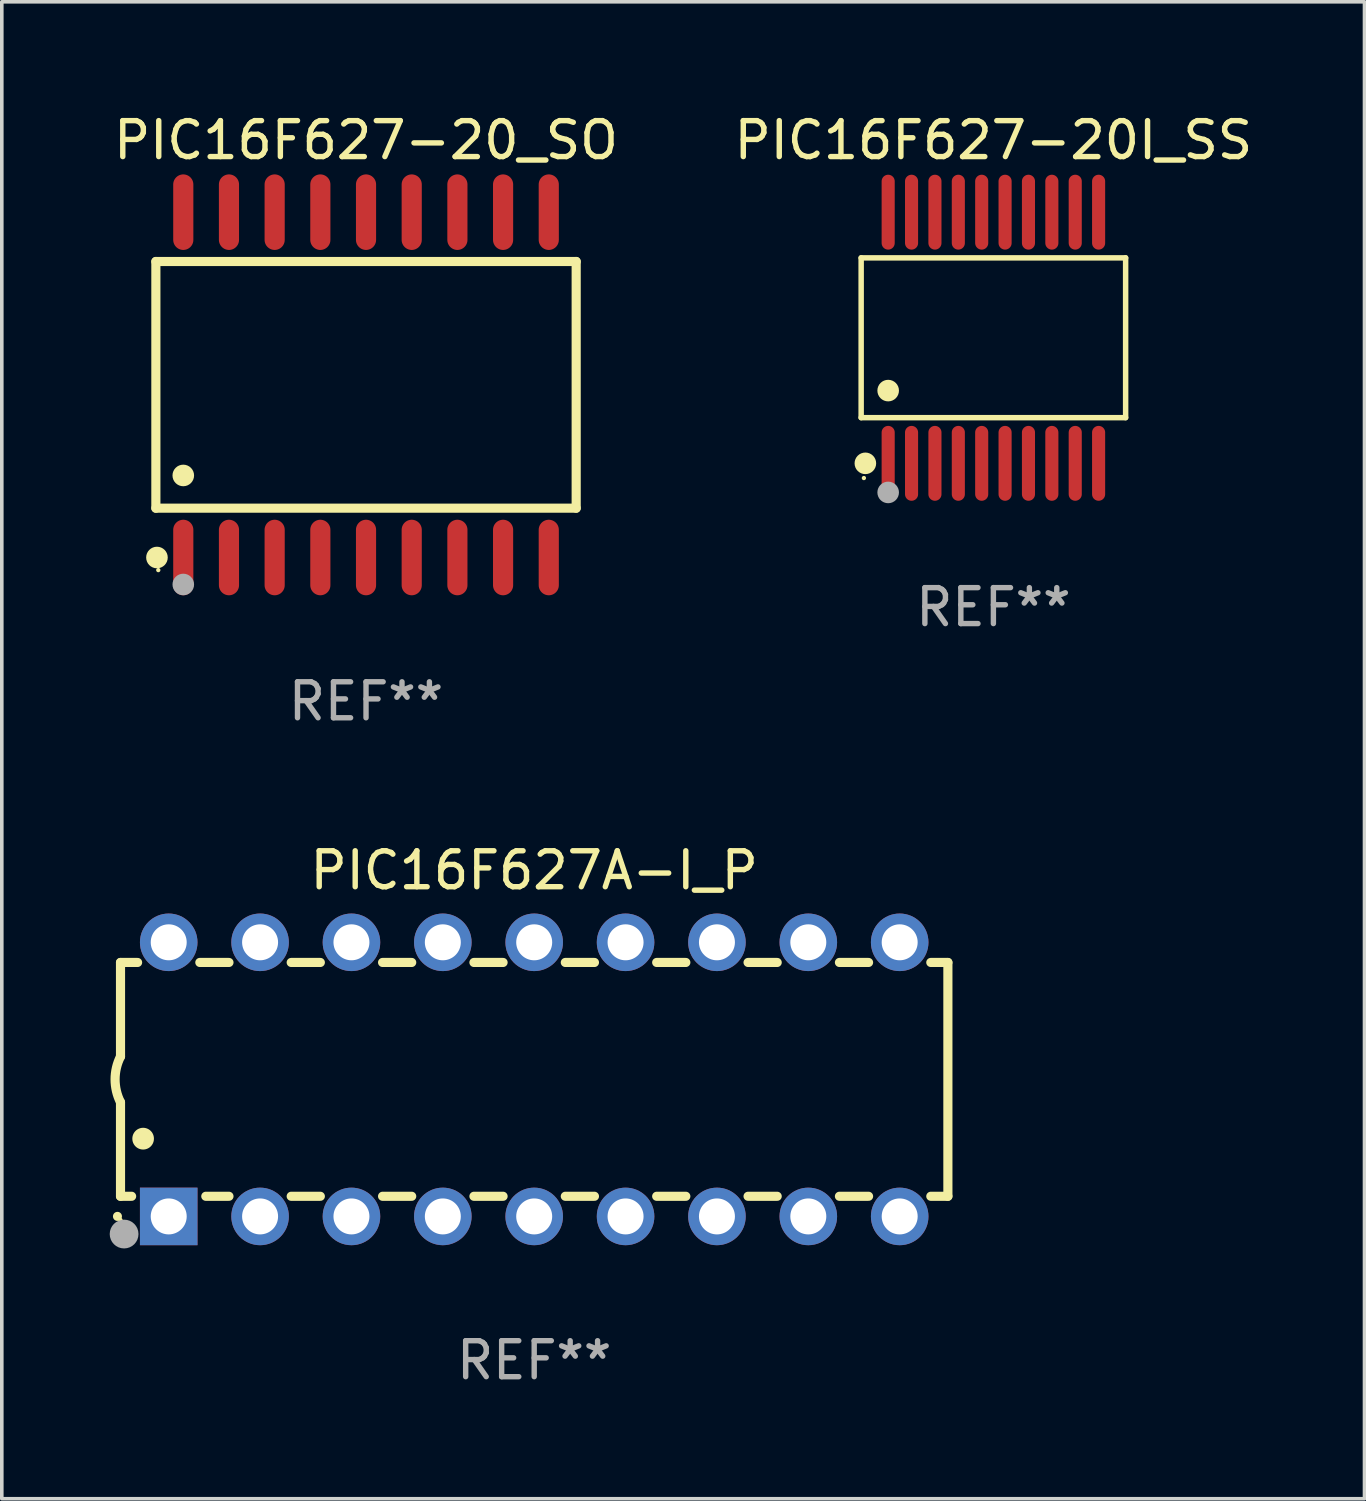
<source format=kicad_pcb>
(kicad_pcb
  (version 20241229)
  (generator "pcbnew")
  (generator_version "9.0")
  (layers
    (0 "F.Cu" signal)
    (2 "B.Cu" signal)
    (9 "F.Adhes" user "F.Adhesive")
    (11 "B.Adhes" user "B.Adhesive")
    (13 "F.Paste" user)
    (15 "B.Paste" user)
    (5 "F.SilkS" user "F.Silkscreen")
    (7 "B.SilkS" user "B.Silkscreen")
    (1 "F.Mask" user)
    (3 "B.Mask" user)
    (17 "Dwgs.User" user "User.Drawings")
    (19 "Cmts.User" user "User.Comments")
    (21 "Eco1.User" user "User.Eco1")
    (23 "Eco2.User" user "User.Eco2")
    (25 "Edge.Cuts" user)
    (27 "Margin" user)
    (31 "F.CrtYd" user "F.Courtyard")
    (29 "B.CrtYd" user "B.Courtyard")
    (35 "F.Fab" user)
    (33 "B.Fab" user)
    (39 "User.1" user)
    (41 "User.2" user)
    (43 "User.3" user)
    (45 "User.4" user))
  (footprint "PIC16F627-20_SO"
    (layer "F.Cu")
    (at 7.125 7.648)
    (property "Reference" "PIC16F627-20_SO" (at 0 -6.8 0) (layer "F.SilkS") (effects (font (size 1 1) (thickness 0.15))))
    (attr through_hole)
    (fp_line (start -5.842 -3.429) (end -5.842 3.429) (stroke (width 0.254) (type solid)) (layer "F.SilkS"))
    (fp_line (start -5.842 3.429) (end 5.842 3.429) (stroke (width 0.254) (type solid)) (layer "F.SilkS"))
    (fp_line (start 5.842 -3.429) (end -5.842 -3.429) (stroke (width 0.254) (type solid)) (layer "F.SilkS"))
    (fp_line (start 5.842 3.429) (end 5.842 -3.429) (stroke (width 0.254) (type solid)) (layer "F.SilkS"))
    (fp_circle (center -5.812 4.8) (end -5.662 4.8) (stroke (width 0.3) (type solid)) (fill no) (layer "F.SilkS"))
    (fp_circle (center -5.775 5.15) (end -5.745 5.15) (stroke (width 0.06) (type solid)) (fill no) (layer "F.SilkS"))
    (fp_circle (center -5.08 2.519) (end -4.93 2.519) (stroke (width 0.3) (type solid)) (fill no) (layer "F.SilkS"))
    (fp_circle (center -5.08 5.55) (end -4.93 5.55) (stroke (width 0.3) (type solid)) (fill no) (layer "F.Fab"))
    (fp_text user "REF**" (at 0 8.8 0) (layer "F.Fab") (effects (font (size 1 1) (thickness 0.15))))
    (pad "1" smd oval (at -5.08 4.8) (size 0.56 2.1) (layers "F.Cu" "F.Mask" "F.Paste"))
    (pad "2" smd oval (at -3.81 4.8) (size 0.56 2.1) (layers "F.Cu" "F.Mask" "F.Paste"))
    (pad "3" smd oval (at -2.54 4.8) (size 0.56 2.1) (layers "F.Cu" "F.Mask" "F.Paste"))
    (pad "4" smd oval (at -1.27 4.8) (size 0.56 2.1) (layers "F.Cu" "F.Mask" "F.Paste"))
    (pad "5" smd oval (at 0 4.8) (size 0.56 2.1) (layers "F.Cu" "F.Mask" "F.Paste"))
    (pad "6" smd oval (at 1.27 4.8) (size 0.56 2.1) (layers "F.Cu" "F.Mask" "F.Paste"))
    (pad "7" smd oval (at 2.54 4.8) (size 0.56 2.1) (layers "F.Cu" "F.Mask" "F.Paste"))
    (pad "8" smd oval (at 3.81 4.8) (size 0.56 2.1) (layers "F.Cu" "F.Mask" "F.Paste"))
    (pad "9" smd oval (at 5.08 4.8) (size 0.56 2.1) (layers "F.Cu" "F.Mask" "F.Paste"))
    (pad "10" smd oval (at 5.08 -4.8) (size 0.56 2.1) (layers "F.Cu" "F.Mask" "F.Paste"))
    (pad "11" smd oval (at 3.81 -4.8) (size 0.56 2.1) (layers "F.Cu" "F.Mask" "F.Paste"))
    (pad "12" smd oval (at 2.54 -4.8) (size 0.56 2.1) (layers "F.Cu" "F.Mask" "F.Paste"))
    (pad "13" smd oval (at 1.27 -4.8) (size 0.56 2.1) (layers "F.Cu" "F.Mask" "F.Paste"))
    (pad "14" smd oval (at 0 -4.8) (size 0.56 2.1) (layers "F.Cu" "F.Mask" "F.Paste"))
    (pad "15" smd oval (at -1.27 -4.8) (size 0.56 2.1) (layers "F.Cu" "F.Mask" "F.Paste"))
    (pad "16" smd oval (at -2.54 -4.8) (size 0.56 2.1) (layers "F.Cu" "F.Mask" "F.Paste"))
    (pad "17" smd oval (at -3.81 -4.8) (size 0.56 2.1) (layers "F.Cu" "F.Mask" "F.Paste"))
    (pad "18" smd oval (at -5.08 -4.8) (size 0.56 2.1) (layers "F.Cu" "F.Mask" "F.Paste")))
  (footprint "PIC16F627A-I_P"
    (layer "F.Cu")
    (at 11.8 26.955)
    (property "Reference" "PIC16F627A-I_P" (at 0 -5.81 0) (layer "F.SilkS") (effects (font (size 1 1) (thickness 0.15))))
    (attr through_hole)
    (fp_line (start -11.5 -3.25) (end -11.5 -0.635) (stroke (width 0.254) (type solid)) (layer "F.SilkS"))
    (fp_line (start -11.5 3.25) (end -11.5 0.635) (stroke (width 0.254) (type solid)) (layer "F.SilkS"))
    (fp_line (start -11.5 3.25) (end -11.191 3.25) (stroke (width 0.254) (type solid)) (layer "F.SilkS"))
    (fp_line (start -11.025 -3.25) (end -11.5 -3.25) (stroke (width 0.254) (type solid)) (layer "F.SilkS"))
    (fp_line (start -9.129 3.25) (end -8.485 3.25) (stroke (width 0.254) (type solid)) (layer "F.SilkS"))
    (fp_line (start -8.485 -3.25) (end -9.295 -3.25) (stroke (width 0.254) (type solid)) (layer "F.SilkS"))
    (fp_line (start -6.755 3.25) (end -5.945 3.25) (stroke (width 0.254) (type solid)) (layer "F.SilkS"))
    (fp_line (start -5.945 -3.25) (end -6.755 -3.25) (stroke (width 0.254) (type solid)) (layer "F.SilkS"))
    (fp_line (start -4.215 3.25) (end -3.405 3.25) (stroke (width 0.254) (type solid)) (layer "F.SilkS"))
    (fp_line (start -3.405 -3.25) (end -4.215 -3.25) (stroke (width 0.254) (type solid)) (layer "F.SilkS"))
    (fp_line (start -1.675 3.25) (end -0.865 3.25) (stroke (width 0.254) (type solid)) (layer "F.SilkS"))
    (fp_line (start -0.865 -3.25) (end -1.675 -3.25) (stroke (width 0.254) (type solid)) (layer "F.SilkS"))
    (fp_line (start 0.865 3.25) (end 1.675 3.25) (stroke (width 0.254) (type solid)) (layer "F.SilkS"))
    (fp_line (start 1.675 -3.25) (end 0.865 -3.25) (stroke (width 0.254) (type solid)) (layer "F.SilkS"))
    (fp_line (start 3.405 3.25) (end 4.215 3.25) (stroke (width 0.254) (type solid)) (layer "F.SilkS"))
    (fp_line (start 4.215 -3.25) (end 3.405 -3.25) (stroke (width 0.254) (type solid)) (layer "F.SilkS"))
    (fp_line (start 5.945 3.25) (end 6.755 3.25) (stroke (width 0.254) (type solid)) (layer "F.SilkS"))
    (fp_line (start 6.755 -3.25) (end 5.945 -3.25) (stroke (width 0.254) (type solid)) (layer "F.SilkS"))
    (fp_line (start 8.485 3.25) (end 9.295 3.25) (stroke (width 0.254) (type solid)) (layer "F.SilkS"))
    (fp_line (start 9.295 -3.25) (end 8.485 -3.25) (stroke (width 0.254) (type solid)) (layer "F.SilkS"))
    (fp_line (start 11.025 3.25) (end 11.5 3.25) (stroke (width 0.254) (type solid)) (layer "F.SilkS"))
    (fp_line (start 11.5 -3.25) (end 11.025 -3.25) (stroke (width 0.254) (type solid)) (layer "F.SilkS"))
    (fp_line (start 11.5 -3.25) (end 11.5 3.25) (stroke (width 0.254) (type solid)) (layer "F.SilkS"))
    (fp_arc (start -11.584963 3.810008) (mid -11.58497 3.808738) (end -11.584963 3.807468) (stroke (width 0.25) (type solid)) (layer "F.SilkS"))
    (fp_arc (start -11.501143 0.635001) (mid -11.650665 -0.000132) (end -11.500025 -0.635001) (stroke (width 0.254001) (type solid)) (layer "F.SilkS"))
    (fp_arc (start -10.871222 1.651003) (mid -10.871233 1.648463) (end -10.871222 1.645923) (stroke (width 0.6) (type solid)) (layer "F.SilkS"))
    (fp_circle (center -11.5 3.91) (end -11.47 3.91) (stroke (width 0.06) (type solid)) (fill no) (layer "F.SilkS"))
    (fp_circle (center -11.4 4.3) (end -11.2 4.3) (stroke (width 0.4) (type solid)) (fill no) (layer "F.Fab"))
    (fp_text user "REF**" (at 0 7.81 0) (layer "F.Fab") (effects (font (size 1 1) (thickness 0.15))))
    (pad "1" thru_hole rect (at -10.16 3.81 90) (size 1.6 1.6) (drill 1) (layers "*.Cu" "*.Mask"))
    (pad "2" thru_hole circle (at -7.62 3.81 90) (size 1.6 1.6) (drill 1) (layers "*.Cu" "*.Mask"))
    (pad "3" thru_hole circle (at -5.08 3.81 90) (size 1.6 1.6) (drill 1) (layers "*.Cu" "*.Mask"))
    (pad "4" thru_hole circle (at -2.54 3.81 90) (size 1.6 1.6) (drill 1) (layers "*.Cu" "*.Mask"))
    (pad "5" thru_hole circle (at 0 3.81 90) (size 1.6 1.6) (drill 1) (layers "*.Cu" "*.Mask"))
    (pad "6" thru_hole circle (at 2.54 3.81 90) (size 1.6 1.6) (drill 1) (layers "*.Cu" "*.Mask"))
    (pad "7" thru_hole circle (at 5.08 3.81 90) (size 1.6 1.6) (drill 1) (layers "*.Cu" "*.Mask"))
    (pad "8" thru_hole circle (at 7.62 3.81 90) (size 1.6 1.6) (drill 1) (layers "*.Cu" "*.Mask"))
    (pad "9" thru_hole circle (at 10.16 3.81 90) (size 1.6 1.6) (drill 1) (layers "*.Cu" "*.Mask"))
    (pad "10" thru_hole circle (at 10.16 -3.81 90) (size 1.6 1.6) (drill 1) (layers "*.Cu" "*.Mask"))
    (pad "11" thru_hole circle (at 7.62 -3.81 90) (size 1.6 1.6) (drill 1) (layers "*.Cu" "*.Mask"))
    (pad "12" thru_hole circle (at 5.08 -3.81 90) (size 1.6 1.6) (drill 1) (layers "*.Cu" "*.Mask"))
    (pad "13" thru_hole circle (at 2.54 -3.81 90) (size 1.6 1.6) (drill 1) (layers "*.Cu" "*.Mask"))
    (pad "14" thru_hole circle (at 0 -3.81 90) (size 1.6 1.6) (drill 1) (layers "*.Cu" "*.Mask"))
    (pad "15" thru_hole circle (at -2.54 -3.81 90) (size 1.6 1.6) (drill 1) (layers "*.Cu" "*.Mask"))
    (pad "16" thru_hole circle (at -5.08 -3.81 90) (size 1.6 1.6) (drill 1) (layers "*.Cu" "*.Mask"))
    (pad "17" thru_hole circle (at -7.62 -3.81 90) (size 1.6 1.6) (drill 1) (layers "*.Cu" "*.Mask"))
    (pad "18" thru_hole circle (at -10.16 -3.81 90) (size 1.6 1.6) (drill 1) (layers "*.Cu" "*.Mask")))
  (footprint "PIC16F627-20I_SS"
    (layer "F.Cu")
    (at 24.565 6.339)
    (property "Reference" "PIC16F627-20I_SS" (at 0 -5.491 0) (layer "F.SilkS") (effects (font (size 1 1) (thickness 0.15))))
    (attr through_hole)
    (fp_line (start -3.676 -2.221) (end 3.676 -2.221) (stroke (width 0.152) (type solid)) (layer "F.SilkS"))
    (fp_line (start -3.676 2.221) (end -3.676 -2.221) (stroke (width 0.152) (type solid)) (layer "F.SilkS"))
    (fp_line (start 3.676 -2.221) (end 3.676 2.221) (stroke (width 0.152) (type solid)) (layer "F.SilkS"))
    (fp_line (start 3.676 2.221) (end -3.676 2.221) (stroke (width 0.152) (type solid)) (layer "F.SilkS"))
    (fp_circle (center -3.6 3.9) (end -3.57 3.9) (stroke (width 0.06) (type solid)) (fill no) (layer "F.SilkS"))
    (fp_circle (center -3.559 3.491) (end -3.409 3.491) (stroke (width 0.3) (type solid)) (fill no) (layer "F.SilkS"))
    (fp_circle (center -2.925 1.469) (end -2.775 1.469) (stroke (width 0.3) (type solid)) (fill no) (layer "F.SilkS"))
    (fp_circle (center -2.925 4.3) (end -2.775 4.3) (stroke (width 0.3) (type solid)) (fill no) (layer "F.Fab"))
    (fp_text user "REF**" (at 0 7.491 0) (layer "F.Fab") (effects (font (size 1 1) (thickness 0.15))))
    (pad "1" smd oval (at -2.925 3.491) (size 0.364 2.082) (layers "F.Cu" "F.Mask" "F.Paste"))
    (pad "2" smd oval (at -2.275 3.491) (size 0.364 2.082) (layers "F.Cu" "F.Mask" "F.Paste"))
    (pad "3" smd oval (at -1.625 3.491) (size 0.364 2.082) (layers "F.Cu" "F.Mask" "F.Paste"))
    (pad "4" smd oval (at -0.975 3.491) (size 0.364 2.082) (layers "F.Cu" "F.Mask" "F.Paste"))
    (pad "5" smd oval (at -0.325 3.491) (size 0.364 2.082) (layers "F.Cu" "F.Mask" "F.Paste"))
    (pad "6" smd oval (at 0.325 3.491) (size 0.364 2.082) (layers "F.Cu" "F.Mask" "F.Paste"))
    (pad "7" smd oval (at 0.975 3.491) (size 0.364 2.082) (layers "F.Cu" "F.Mask" "F.Paste"))
    (pad "8" smd oval (at 1.625 3.491) (size 0.364 2.082) (layers "F.Cu" "F.Mask" "F.Paste"))
    (pad "9" smd oval (at 2.275 3.491) (size 0.364 2.082) (layers "F.Cu" "F.Mask" "F.Paste"))
    (pad "10" smd oval (at 2.925 3.491) (size 0.364 2.082) (layers "F.Cu" "F.Mask" "F.Paste"))
    (pad "11" smd oval (at 2.925 -3.491) (size 0.364 2.082) (layers "F.Cu" "F.Mask" "F.Paste"))
    (pad "12" smd oval (at 2.275 -3.491) (size 0.364 2.082) (layers "F.Cu" "F.Mask" "F.Paste"))
    (pad "13" smd oval (at 1.625 -3.491) (size 0.364 2.082) (layers "F.Cu" "F.Mask" "F.Paste"))
    (pad "14" smd oval (at 0.975 -3.491) (size 0.364 2.082) (layers "F.Cu" "F.Mask" "F.Paste"))
    (pad "15" smd oval (at 0.325 -3.491) (size 0.364 2.082) (layers "F.Cu" "F.Mask" "F.Paste"))
    (pad "16" smd oval (at -0.325 -3.491) (size 0.364 2.082) (layers "F.Cu" "F.Mask" "F.Paste"))
    (pad "17" smd oval (at -0.975 -3.491) (size 0.364 2.082) (layers "F.Cu" "F.Mask" "F.Paste"))
    (pad "18" smd oval (at -1.625 -3.491) (size 0.364 2.082) (layers "F.Cu" "F.Mask" "F.Paste"))
    (pad "19" smd oval (at -2.275 -3.491) (size 0.364 2.082) (layers "F.Cu" "F.Mask" "F.Paste"))
    (pad "20" smd oval (at -2.925 -3.491) (size 0.364 2.082) (layers "F.Cu" "F.Mask" "F.Paste")))
  (gr_rect
    (start -3 -3)
    (end 34.881 38.613)
    (stroke (width 0.1) (type default))
    (fill no)
    (layer "Edge.Cuts")))
</source>
